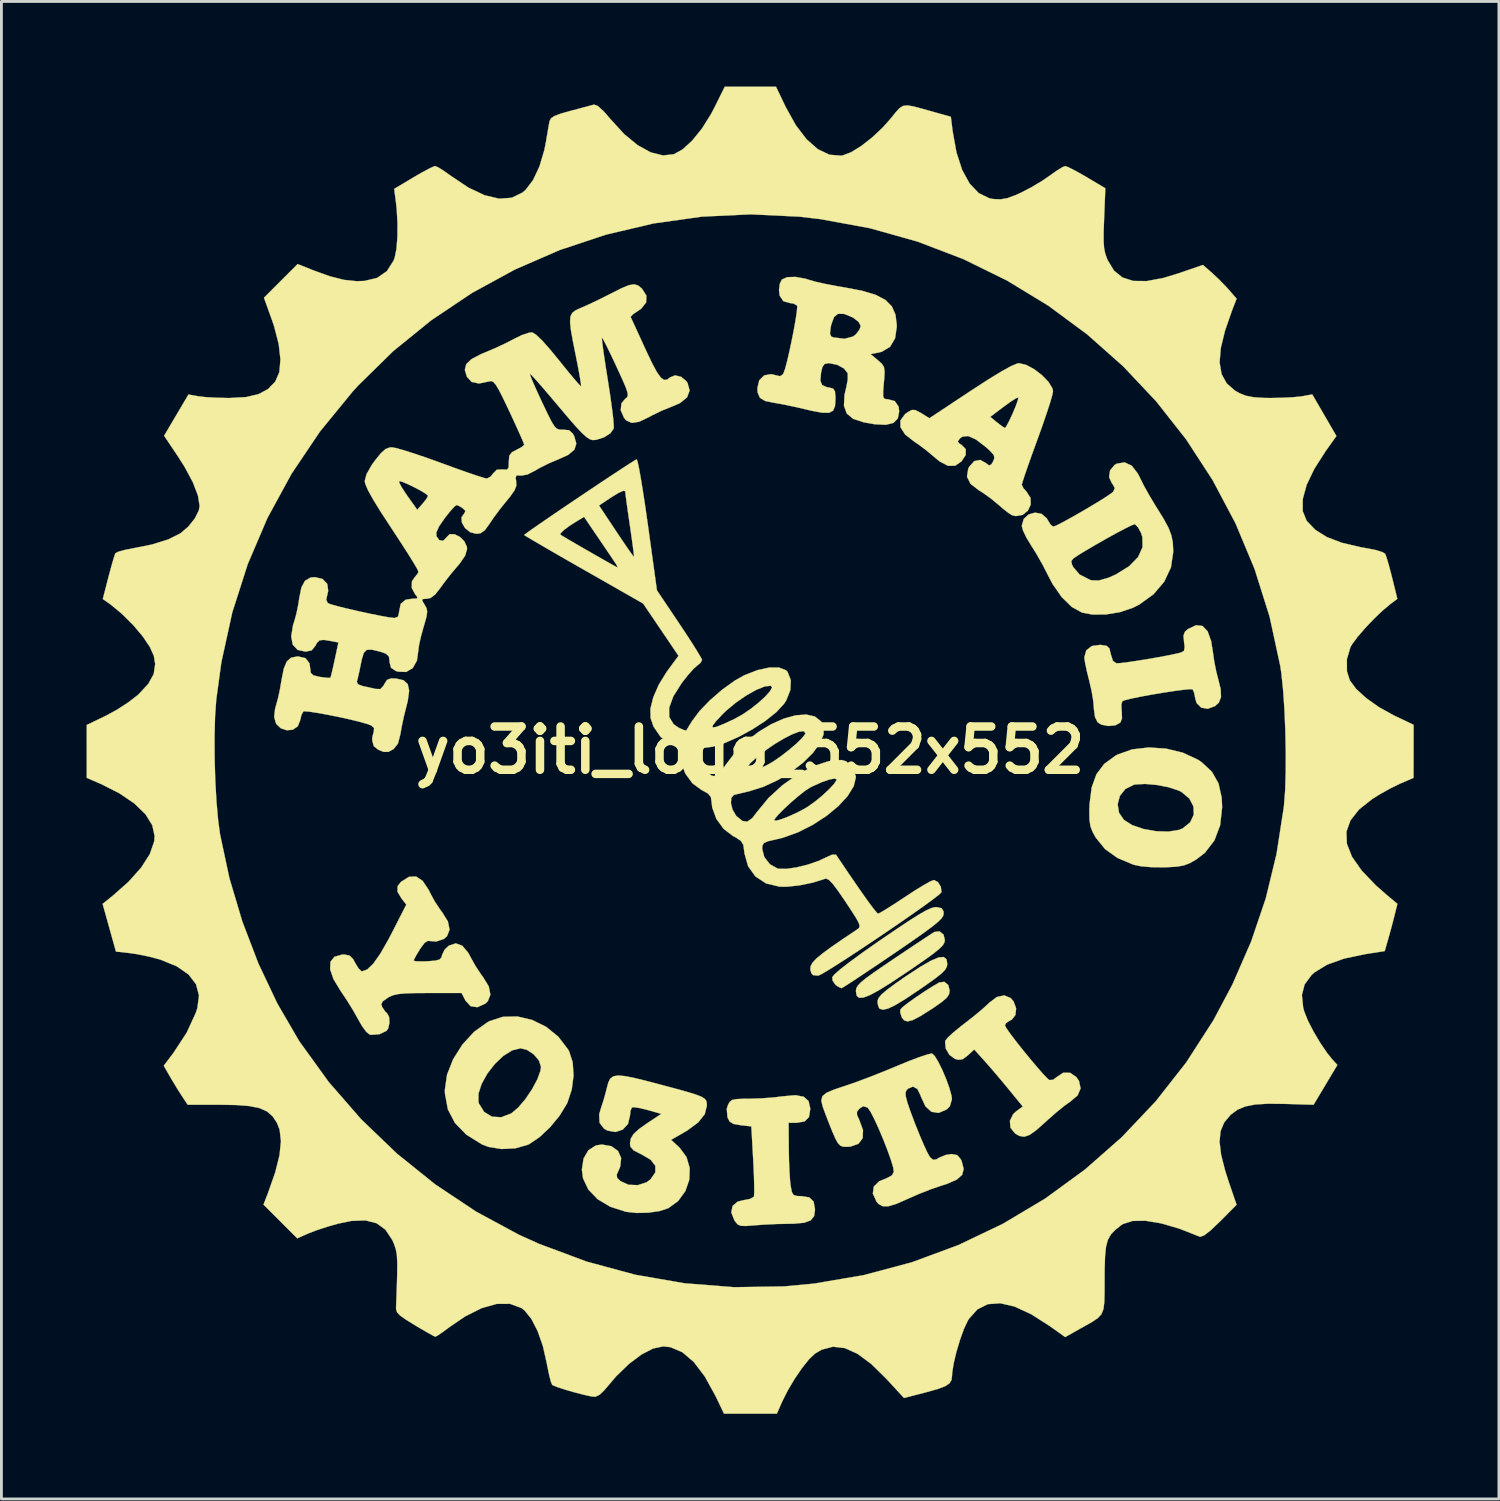
<source format=kicad_pcb>
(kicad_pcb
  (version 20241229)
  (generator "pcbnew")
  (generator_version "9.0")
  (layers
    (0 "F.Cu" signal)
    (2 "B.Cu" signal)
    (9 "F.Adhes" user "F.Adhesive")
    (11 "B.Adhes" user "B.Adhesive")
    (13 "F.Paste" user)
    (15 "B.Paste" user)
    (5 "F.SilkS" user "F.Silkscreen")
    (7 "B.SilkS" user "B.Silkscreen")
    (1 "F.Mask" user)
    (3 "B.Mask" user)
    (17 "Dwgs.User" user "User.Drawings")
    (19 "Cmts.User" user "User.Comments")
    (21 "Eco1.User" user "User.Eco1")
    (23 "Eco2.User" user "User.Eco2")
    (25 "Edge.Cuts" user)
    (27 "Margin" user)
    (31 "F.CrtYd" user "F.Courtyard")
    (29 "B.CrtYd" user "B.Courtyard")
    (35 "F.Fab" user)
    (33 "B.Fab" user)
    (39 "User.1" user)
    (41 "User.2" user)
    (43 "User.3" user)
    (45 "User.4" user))
  (footprint "yo3iti_logo_552x552"
    (layer "F.Cu")
    (at 23.371 23.373)
    (property "Reference" "yo3iti_logo_552x552" (at 0 0 0) (layer "F.SilkS") (effects (font (size 1.524 1.524) (thickness 0.3))))
    (attr through_hole)
    (fp_poly (pts (xy 6.977 8.27) (xy 7.027 8.465) (xy 7.007 8.591) (xy 6.929 8.713) (xy 6.766 8.857) (xy 6.492 9.05) (xy 6.366 9.133) (xy 5.992 9.369) (xy 5.727 9.506) (xy 5.545 9.552) (xy 5.422 9.514) (xy 5.337 9.404) (xy 5.285 9.224) (xy 5.294 9.129) (xy 5.378 9.043) (xy 5.568 8.895) (xy 5.83 8.708) (xy 6.125 8.509) (xy 6.416 8.323) (xy 6.66 8.181) (xy 6.84 8.158) (xy 6.977 8.27)) (stroke (width 0.01) (type solid)) (fill yes) (layer "F.SilkS"))
    (fp_poly (pts (xy 6.915 7.362) (xy 6.943 7.52) (xy 6.928 7.625) (xy 6.869 7.732) (xy 6.746 7.859) (xy 6.537 8.026) (xy 6.221 8.252) (xy 5.933 8.452) (xy 5.47 8.761) (xy 5.12 8.974) (xy 4.866 9.097) (xy 4.689 9.14) (xy 4.572 9.11) (xy 4.544 9.088) (xy 4.499 8.966) (xy 4.487 8.838) (xy 4.518 8.737) (xy 4.621 8.61) (xy 4.816 8.442) (xy 5.121 8.216) (xy 5.482 7.965) (xy 5.979 7.638) (xy 6.36 7.418) (xy 6.635 7.3) (xy 6.816 7.283) (xy 6.915 7.362)) (stroke (width 0.01) (type solid)) (fill yes) (layer "F.SilkS"))
    (fp_poly (pts (xy 6.81 6.494) (xy 6.858 6.681) (xy 6.843 6.771) (xy 6.787 6.869) (xy 6.67 6.989) (xy 6.476 7.148) (xy 6.185 7.36) (xy 5.78 7.641) (xy 5.524 7.815) (xy 4.97 8.184) (xy 4.536 8.454) (xy 4.21 8.63) (xy 3.979 8.716) (xy 3.83 8.718) (xy 3.75 8.64) (xy 3.725 8.487) (xy 3.725 8.483) (xy 3.738 8.391) (xy 3.789 8.296) (xy 3.895 8.182) (xy 4.077 8.032) (xy 4.351 7.833) (xy 4.738 7.567) (xy 5.059 7.35) (xy 5.482 7.066) (xy 5.861 6.813) (xy 6.171 6.608) (xy 6.388 6.466) (xy 6.49 6.402) (xy 6.491 6.401) (xy 6.672 6.381) (xy 6.81 6.494)) (stroke (width 0.01) (type solid)) (fill yes) (layer "F.SilkS"))
    (fp_poly (pts (xy 6.745 5.566) (xy 6.811 5.677) (xy 6.816 5.757) (xy 6.798 5.835) (xy 6.736 5.929) (xy 6.614 6.05) (xy 6.416 6.211) (xy 6.127 6.425) (xy 5.732 6.703) (xy 5.215 7.059) (xy 5.043 7.176) (xy 4.559 7.504) (xy 4.121 7.798) (xy 3.748 8.046) (xy 3.46 8.234) (xy 3.277 8.35) (xy 3.218 8.382) (xy 3.115 8.337) (xy 3.013 8.271) (xy 2.903 8.115) (xy 2.892 7.995) (xy 2.973 7.893) (xy 3.186 7.708) (xy 3.519 7.449) (xy 3.963 7.125) (xy 4.506 6.744) (xy 4.615 6.669) (xy 5.174 6.289) (xy 5.613 5.997) (xy 5.948 5.786) (xy 6.198 5.644) (xy 6.38 5.561) (xy 6.509 5.527) (xy 6.562 5.526) (xy 6.745 5.566)) (stroke (width 0.01) (type solid)) (fill yes) (layer "F.SilkS"))
    (fp_poly (pts (xy -7.678 9.5) (xy -7.188 9.741) (xy -6.757 10.09) (xy -6.416 10.536) (xy -6.375 10.608) (xy -6.25 10.993) (xy -6.22 11.459) (xy -6.283 11.951) (xy -6.435 12.412) (xy -6.455 12.452) (xy -6.711 12.872) (xy -7.047 13.28) (xy -7.419 13.629) (xy -7.781 13.873) (xy -7.832 13.897) (xy -8.269 14.022) (xy -8.757 14.047) (xy -9.222 13.971) (xy -9.44 13.887) (xy -9.996 13.542) (xy -10.397 13.13) (xy -10.647 12.649) (xy -10.748 12.1) (xy -9.57 12.1) (xy -9.568 12.399) (xy -9.554 12.443) (xy -9.367 12.742) (xy -9.096 12.907) (xy -8.77 12.928) (xy -8.42 12.796) (xy -8.412 12.791) (xy -8.172 12.59) (xy -7.919 12.293) (xy -7.684 11.945) (xy -7.495 11.594) (xy -7.384 11.287) (xy -7.366 11.154) (xy -7.439 10.929) (xy -7.623 10.712) (xy -7.865 10.553) (xy -8.085 10.499) (xy -8.382 10.572) (xy -8.694 10.768) (xy -8.994 11.053) (xy -9.258 11.393) (xy -9.458 11.753) (xy -9.57 12.1) (xy -10.748 12.1) (xy -10.75 12.091) (xy -10.753 11.967) (xy -10.676 11.43) (xy -10.461 10.884) (xy -10.135 10.367) (xy -9.721 9.918) (xy -9.245 9.577) (xy -9.186 9.545) (xy -8.709 9.39) (xy -8.195 9.379) (xy -7.678 9.5)) (stroke (width 0.01) (type solid)) (fill yes) (layer "F.SilkS"))
    (fp_poly (pts (xy 14.648 -0.056) (xy 15.241 0.088) (xy 15.767 0.332) (xy 15.901 0.421) (xy 16.265 0.761) (xy 16.497 1.17) (xy 16.609 1.674) (xy 16.624 2.01) (xy 16.554 2.645) (xy 16.351 3.181) (xy 16.018 3.613) (xy 15.711 3.85) (xy 15.482 3.98) (xy 15.272 4.059) (xy 15.025 4.102) (xy 14.681 4.122) (xy 14.57 4.126) (xy 14.141 4.121) (xy 13.762 4.088) (xy 13.504 4.034) (xy 12.935 3.794) (xy 12.5 3.482) (xy 12.171 3.076) (xy 12.065 2.885) (xy 11.987 2.684) (xy 11.95 2.439) (xy 11.946 2.102) (xy 11.955 1.903) (xy 12.944 1.903) (xy 12.992 2.203) (xy 13.163 2.453) (xy 13.454 2.638) (xy 13.85 2.774) (xy 14.295 2.853) (xy 14.732 2.867) (xy 15.104 2.807) (xy 15.232 2.756) (xy 15.498 2.542) (xy 15.624 2.273) (xy 15.614 1.983) (xy 15.472 1.706) (xy 15.201 1.477) (xy 15.086 1.419) (xy 14.737 1.304) (xy 14.322 1.224) (xy 13.91 1.188) (xy 13.571 1.206) (xy 13.51 1.219) (xy 13.215 1.367) (xy 13.022 1.609) (xy 12.944 1.903) (xy 11.955 1.903) (xy 11.955 1.895) (xy 12.03 1.308) (xy 12.197 0.846) (xy 12.47 0.484) (xy 12.863 0.196) (xy 12.944 0.152) (xy 13.453 -0.028) (xy 14.037 -0.096) (xy 14.648 -0.056)) (stroke (width 0.01) (type solid)) (fill yes) (layer "F.SilkS"))
    (fp_poly (pts (xy 1.888 12.206) (xy 2.057 12.357) (xy 2.116 12.612) (xy 2.117 12.643) (xy 2.071 12.922) (xy 1.919 13.075) (xy 1.642 13.123) (xy 1.634 13.123) (xy 1.355 13.123) (xy 1.361 14.034) (xy 1.369 14.456) (xy 1.386 14.859) (xy 1.408 15.185) (xy 1.424 15.325) (xy 1.467 15.558) (xy 1.532 15.669) (xy 1.665 15.703) (xy 1.802 15.706) (xy 2.082 15.75) (xy 2.235 15.898) (xy 2.285 16.172) (xy 2.285 16.186) (xy 2.252 16.41) (xy 2.134 16.558) (xy 1.906 16.643) (xy 1.546 16.677) (xy 1.37 16.68) (xy 0.949 16.688) (xy 0.499 16.709) (xy 0.158 16.734) (xy -0.145 16.758) (xy -0.328 16.752) (xy -0.438 16.704) (xy -0.526 16.601) (xy -0.555 16.557) (xy -0.664 16.282) (xy -0.62 16.053) (xy -0.437 15.898) (xy -0.227 15.848) (xy -0.009 15.806) (xy 0.123 15.736) (xy 0.134 15.719) (xy 0.144 15.6) (xy 0.143 15.347) (xy 0.134 14.992) (xy 0.115 14.57) (xy 0.108 14.433) (xy 0.042 13.25) (xy -0.337 13.208) (xy -0.586 13.164) (xy -0.722 13.08) (xy -0.797 12.936) (xy -0.824 12.632) (xy -0.779 12.492) (xy -0.718 12.383) (xy -0.632 12.319) (xy -0.48 12.288) (xy -0.221 12.277) (xy -0.023 12.276) (xy 0.393 12.263) (xy 0.832 12.23) (xy 1.174 12.188) (xy 1.598 12.151) (xy 1.888 12.206)) (stroke (width 0.01) (type solid)) (fill yes) (layer "F.SilkS"))
    (fp_poly (pts (xy 9.178 8.731) (xy 9.278 8.847) (xy 9.369 9.092) (xy 9.343 9.326) (xy 9.213 9.493) (xy 9.144 9.525) (xy 9.007 9.616) (xy 8.975 9.692) (xy 9.026 9.793) (xy 9.165 9.991) (xy 9.367 10.257) (xy 9.609 10.562) (xy 9.865 10.875) (xy 10.112 11.168) (xy 10.325 11.41) (xy 10.482 11.571) (xy 10.539 11.618) (xy 10.672 11.609) (xy 10.797 11.513) (xy 11.027 11.36) (xy 11.27 11.362) (xy 11.489 11.512) (xy 11.582 11.649) (xy 11.64 11.913) (xy 11.532 12.161) (xy 11.272 12.379) (xy 11.068 12.525) (xy 10.792 12.749) (xy 10.494 13.01) (xy 10.396 13.1) (xy 10.078 13.383) (xy 9.84 13.551) (xy 9.652 13.615) (xy 9.483 13.586) (xy 9.332 13.5) (xy 9.171 13.299) (xy 9.149 13.056) (xy 9.263 12.819) (xy 9.373 12.717) (xy 9.602 12.55) (xy 9.098 11.933) (xy 8.824 11.603) (xy 8.541 11.269) (xy 8.298 10.991) (xy 8.242 10.928) (xy 7.891 10.541) (xy 7.669 10.747) (xy 7.491 10.883) (xy 7.332 10.904) (xy 7.218 10.873) (xy 7.017 10.73) (xy 6.888 10.505) (xy 6.867 10.269) (xy 6.881 10.222) (xy 6.967 10.116) (xy 7.157 9.942) (xy 7.417 9.729) (xy 7.55 9.626) (xy 7.862 9.383) (xy 8.152 9.142) (xy 8.37 8.946) (xy 8.419 8.897) (xy 8.689 8.692) (xy 8.95 8.636) (xy 9.178 8.731)) (stroke (width 0.01) (type solid)) (fill yes) (layer "F.SilkS"))
    (fp_poly (pts (xy 15.934 -4.375) (xy 16.112 -4.189) (xy 16.237 -3.844) (xy 16.293 -3.492) (xy 16.346 -3.125) (xy 16.42 -2.755) (xy 16.471 -2.56) (xy 16.571 -2.159) (xy 16.585 -1.874) (xy 16.509 -1.676) (xy 16.376 -1.554) (xy 16.116 -1.458) (xy 15.885 -1.5) (xy 15.724 -1.663) (xy 15.678 -1.822) (xy 15.638 -2.025) (xy 15.585 -2.142) (xy 15.487 -2.149) (xy 15.259 -2.127) (xy 14.938 -2.085) (xy 14.561 -2.028) (xy 14.164 -1.961) (xy 13.784 -1.892) (xy 13.457 -1.825) (xy 13.22 -1.768) (xy 13.115 -1.731) (xy 13.075 -1.622) (xy 13.082 -1.422) (xy 13.088 -1.389) (xy 13.097 -1.117) (xy 13.038 -0.973) (xy 12.864 -0.876) (xy 12.616 -0.852) (xy 12.371 -0.9) (xy 12.24 -0.98) (xy 12.147 -1.165) (xy 12.108 -1.446) (xy 12.107 -1.472) (xy 12.085 -1.737) (xy 12.026 -2.088) (xy 11.942 -2.452) (xy 11.94 -2.461) (xy 11.858 -2.79) (xy 11.798 -3.076) (xy 11.771 -3.262) (xy 11.771 -3.275) (xy 11.84 -3.519) (xy 12.036 -3.67) (xy 12.334 -3.71) (xy 12.351 -3.709) (xy 12.559 -3.674) (xy 12.656 -3.582) (xy 12.7 -3.388) (xy 12.777 -3.148) (xy 12.898 -3.062) (xy 13.029 -3.067) (xy 13.286 -3.098) (xy 13.629 -3.149) (xy 14.018 -3.212) (xy 14.413 -3.281) (xy 14.774 -3.349) (xy 15.06 -3.411) (xy 15.183 -3.442) (xy 15.281 -3.501) (xy 15.305 -3.633) (xy 15.283 -3.809) (xy 15.262 -4.037) (xy 15.316 -4.176) (xy 15.422 -4.267) (xy 15.704 -4.401) (xy 15.934 -4.375)) (stroke (width 0.01) (type solid)) (fill yes) (layer "F.SilkS"))
    (fp_poly (pts (xy -4.392 11.481) (xy -4.031 11.555) (xy -3.542 11.677) (xy -3.205 11.766) (xy -2.641 11.917) (xy -2.22 12.034) (xy -1.92 12.126) (xy -1.722 12.203) (xy -1.604 12.273) (xy -1.546 12.347) (xy -1.526 12.434) (xy -1.524 12.517) (xy -1.598 12.817) (xy -1.825 13.105) (xy -2.211 13.393) (xy -2.326 13.46) (xy -2.784 13.723) (xy -2.49 13.995) (xy -2.241 14.329) (xy -2.128 14.72) (xy -2.144 15.132) (xy -2.282 15.53) (xy -2.536 15.878) (xy -2.881 16.13) (xy -3.185 16.231) (xy -3.584 16.289) (xy -4.008 16.299) (xy -4.375 16.257) (xy -4.925 16.081) (xy -5.372 15.815) (xy -5.698 15.476) (xy -5.886 15.079) (xy -5.927 14.773) (xy -5.867 14.38) (xy -5.697 14.09) (xy -5.434 13.922) (xy -5.223 13.888) (xy -4.886 13.948) (xy -4.653 14.116) (xy -4.543 14.365) (xy -4.576 14.666) (xy -4.617 14.763) (xy -4.698 14.948) (xy -4.687 15.059) (xy -4.577 15.168) (xy -4.567 15.177) (xy -4.286 15.306) (xy -3.956 15.319) (xy -3.646 15.219) (xy -3.51 15.117) (xy -3.34 14.87) (xy -3.339 14.639) (xy -3.504 14.425) (xy -3.835 14.231) (xy -3.858 14.221) (xy -4.1 14.097) (xy -4.212 13.973) (xy -4.233 13.862) (xy -4.206 13.684) (xy -4.107 13.519) (xy -3.91 13.339) (xy -3.59 13.113) (xy -3.575 13.104) (xy -3.129 12.809) (xy -3.609 12.673) (xy -3.879 12.606) (xy -4.082 12.575) (xy -4.161 12.581) (xy -4.213 12.689) (xy -4.233 12.874) (xy -4.303 13.164) (xy -4.486 13.362) (xy -4.739 13.447) (xy -5.021 13.4) (xy -5.146 13.33) (xy -5.303 13.125) (xy -5.318 12.829) (xy -5.239 12.557) (xy -5.163 12.33) (xy -5.08 12.03) (xy -5.047 11.896) (xy -4.995 11.703) (xy -4.926 11.567) (xy -4.817 11.485) (xy -4.646 11.457) (xy -4.392 11.481)) (stroke (width 0.01) (type solid)) (fill yes) (layer "F.SilkS"))
    (fp_poly (pts (xy 13.439 -10.021) (xy 13.656 -9.743) (xy 13.733 -9.588) (xy 13.864 -9.324) (xy 14.054 -8.983) (xy 14.265 -8.63) (xy 14.315 -8.551) (xy 14.567 -8.144) (xy 14.736 -7.83) (xy 14.837 -7.567) (xy 14.887 -7.31) (xy 14.901 -7.018) (xy 14.901 -6.976) (xy 14.82 -6.436) (xy 14.584 -5.935) (xy 14.209 -5.494) (xy 13.71 -5.133) (xy 13.481 -5.016) (xy 13.031 -4.864) (xy 12.534 -4.782) (xy 12.055 -4.778) (xy 11.688 -4.847) (xy 11.327 -5.047) (xy 10.974 -5.391) (xy 10.653 -5.852) (xy 10.496 -6.151) (xy 10.303 -6.529) (xy 10.23 -6.658) (xy 11.31 -6.658) (xy 11.334 -6.542) (xy 11.379 -6.451) (xy 11.602 -6.189) (xy 11.966 -6.003) (xy 12.023 -5.984) (xy 12.279 -5.977) (xy 12.629 -6.077) (xy 12.879 -6.189) (xy 13.348 -6.479) (xy 13.663 -6.802) (xy 13.821 -7.148) (xy 13.815 -7.51) (xy 13.767 -7.655) (xy 13.662 -7.849) (xy 13.561 -7.953) (xy 13.54 -7.959) (xy 13.43 -7.918) (xy 13.206 -7.808) (xy 12.899 -7.646) (xy 12.54 -7.448) (xy 12.162 -7.232) (xy 11.794 -7.016) (xy 11.577 -6.883) (xy 11.383 -6.754) (xy 11.31 -6.658) (xy 10.23 -6.658) (xy 10.076 -6.929) (xy 9.895 -7.217) (xy 9.728 -7.492) (xy 9.61 -7.741) (xy 9.567 -7.902) (xy 9.636 -8.145) (xy 9.807 -8.303) (xy 10.033 -8.367) (xy 10.263 -8.325) (xy 10.448 -8.166) (xy 10.481 -8.107) (xy 10.584 -7.942) (xy 10.676 -7.874) (xy 10.786 -7.916) (xy 11.007 -8.027) (xy 11.304 -8.19) (xy 11.643 -8.383) (xy 11.99 -8.587) (xy 12.313 -8.782) (xy 12.576 -8.949) (xy 12.747 -9.069) (xy 12.788 -9.105) (xy 12.844 -9.228) (xy 12.774 -9.362) (xy 12.744 -9.396) (xy 12.642 -9.618) (xy 12.677 -9.855) (xy 12.837 -10.048) (xy 12.914 -10.092) (xy 13.189 -10.138) (xy 13.439 -10.021)) (stroke (width 0.01) (type solid)) (fill yes) (layer "F.SilkS"))
    (fp_poly (pts (xy -11.534 4.603) (xy -11.321 4.923) (xy -11.269 5.032) (xy -11.114 5.319) (xy -10.914 5.62) (xy -10.849 5.705) (xy -10.644 6.035) (xy -10.587 6.323) (xy -10.679 6.555) (xy -10.786 6.648) (xy -11.055 6.739) (xy -11.203 6.727) (xy -11.349 6.715) (xy -11.468 6.786) (xy -11.607 6.973) (xy -11.636 7.018) (xy -11.763 7.229) (xy -11.841 7.376) (xy -11.853 7.411) (xy -11.777 7.433) (xy -11.578 7.44) (xy -11.367 7.434) (xy -11.088 7.412) (xy -10.937 7.371) (xy -10.87 7.294) (xy -10.852 7.216) (xy -10.764 7.029) (xy -10.616 6.886) (xy -10.368 6.803) (xy -10.138 6.887) (xy -9.927 7.137) (xy -9.843 7.295) (xy -9.674 7.601) (xy -9.467 7.913) (xy -9.407 7.991) (xy -9.206 8.32) (xy -9.149 8.61) (xy -9.24 8.843) (xy -9.332 8.928) (xy -9.608 9.052) (xy -9.843 9.017) (xy -10.024 8.823) (xy -10.033 8.805) (xy -10.164 8.551) (xy -11.326 8.552) (xy -11.808 8.555) (xy -12.154 8.566) (xy -12.398 8.59) (xy -12.572 8.629) (xy -12.711 8.689) (xy -12.766 8.721) (xy -12.943 8.847) (xy -12.992 8.952) (xy -12.956 9.055) (xy -12.849 9.211) (xy -12.784 9.271) (xy -12.716 9.397) (xy -12.704 9.599) (xy -12.746 9.795) (xy -12.806 9.885) (xy -13.06 10.004) (xy -13.348 10.026) (xy -13.401 10.016) (xy -13.516 9.924) (xy -13.665 9.724) (xy -13.796 9.497) (xy -13.975 9.176) (xy -14.206 8.803) (xy -14.429 8.471) (xy -14.677 8.06) (xy -14.794 7.717) (xy -14.781 7.451) (xy -14.64 7.275) (xy -14.371 7.199) (xy -14.301 7.197) (xy -14.114 7.23) (xy -13.983 7.359) (xy -13.911 7.493) (xy -13.796 7.683) (xy -13.69 7.784) (xy -13.669 7.789) (xy -13.485 7.722) (xy -13.272 7.516) (xy -13.023 7.163) (xy -12.735 6.658) (xy -12.623 6.443) (xy -12.11 5.438) (xy -12.278 5.224) (xy -12.422 4.982) (xy -12.417 4.788) (xy -12.298 4.637) (xy -12.019 4.461) (xy -11.765 4.449) (xy -11.534 4.603)) (stroke (width 0.01) (type solid)) (fill yes) (layer "F.SilkS"))
    (fp_poly (pts (xy 6.406 10.683) (xy 6.501 10.771) (xy 6.628 10.979) (xy 6.769 11.264) (xy 6.905 11.585) (xy 7.018 11.9) (xy 7.091 12.166) (xy 7.107 12.293) (xy 7.034 12.541) (xy 6.924 12.653) (xy 6.64 12.775) (xy 6.385 12.736) (xy 6.173 12.543) (xy 6.016 12.203) (xy 6.003 12.16) (xy 5.89 11.931) (xy 5.733 11.848) (xy 5.559 11.922) (xy 5.506 11.978) (xy 5.473 12.059) (xy 5.482 12.197) (xy 5.54 12.417) (xy 5.653 12.744) (xy 5.803 13.142) (xy 5.964 13.544) (xy 6.115 13.898) (xy 6.241 14.169) (xy 6.326 14.321) (xy 6.333 14.331) (xy 6.444 14.428) (xy 6.558 14.411) (xy 6.657 14.352) (xy 6.893 14.255) (xy 7.099 14.224) (xy 7.295 14.262) (xy 7.419 14.408) (xy 7.452 14.482) (xy 7.521 14.747) (xy 7.468 14.955) (xy 7.28 15.123) (xy 6.943 15.271) (xy 6.776 15.324) (xy 6.381 15.457) (xy 5.938 15.631) (xy 5.568 15.794) (xy 5.164 15.974) (xy 4.873 16.062) (xy 4.667 16.063) (xy 4.517 15.979) (xy 4.45 15.898) (xy 4.322 15.614) (xy 4.355 15.371) (xy 4.545 15.183) (xy 4.799 15.08) (xy 4.993 14.976) (xy 5.061 14.853) (xy 5.039 14.699) (xy 4.96 14.434) (xy 4.839 14.094) (xy 4.692 13.718) (xy 4.534 13.342) (xy 4.38 13.005) (xy 4.246 12.744) (xy 4.146 12.597) (xy 4.129 12.583) (xy 3.977 12.541) (xy 3.846 12.627) (xy 3.762 12.736) (xy 3.765 12.851) (xy 3.845 13.024) (xy 3.975 13.384) (xy 3.963 13.668) (xy 3.813 13.864) (xy 3.532 13.962) (xy 3.391 13.97) (xy 3.273 13.964) (xy 3.18 13.93) (xy 3.095 13.844) (xy 3.003 13.681) (xy 2.888 13.417) (xy 2.734 13.029) (xy 2.661 12.839) (xy 2.552 12.544) (xy 2.507 12.336) (xy 2.544 12.187) (xy 2.683 12.07) (xy 2.943 11.958) (xy 3.343 11.824) (xy 3.387 11.809) (xy 3.751 11.683) (xy 4.211 11.51) (xy 4.708 11.314) (xy 5.184 11.117) (xy 5.186 11.116) (xy 5.59 10.95) (xy 5.946 10.815) (xy 6.222 10.722) (xy 6.385 10.683) (xy 6.406 10.683)) (stroke (width 0.01) (type solid)) (fill yes) (layer "F.SilkS"))
    (fp_poly (pts (xy 9.719 -13.572) (xy 10.005 -13.419) (xy 10.282 -13.206) (xy 10.511 -12.968) (xy 10.647 -12.742) (xy 10.668 -12.639) (xy 10.64 -12.499) (xy 10.561 -12.23) (xy 10.441 -11.86) (xy 10.289 -11.418) (xy 10.118 -10.942) (xy 9.945 -10.466) (xy 9.794 -10.042) (xy 9.675 -9.697) (xy 9.596 -9.457) (xy 9.567 -9.349) (xy 9.567 -9.349) (xy 9.625 -9.227) (xy 9.737 -9.102) (xy 9.876 -8.885) (xy 9.882 -8.649) (xy 9.781 -8.436) (xy 9.598 -8.288) (xy 9.358 -8.245) (xy 9.229 -8.275) (xy 9.098 -8.356) (xy 8.897 -8.513) (xy 8.754 -8.638) (xy 8.477 -8.867) (xy 8.176 -9.081) (xy 8.053 -9.156) (xy 7.762 -9.381) (xy 7.637 -9.633) (xy 7.68 -9.911) (xy 7.716 -9.984) (xy 7.894 -10.183) (xy 8.101 -10.224) (xy 8.297 -10.118) (xy 8.419 -10.028) (xy 8.497 -10.068) (xy 8.557 -10.17) (xy 8.604 -10.29) (xy 8.579 -10.397) (xy 8.461 -10.533) (xy 8.289 -10.688) (xy 7.947 -10.947) (xy 7.679 -11.065) (xy 7.473 -11.044) (xy 7.391 -10.984) (xy 7.312 -10.877) (xy 7.369 -10.799) (xy 7.441 -10.758) (xy 7.594 -10.603) (xy 7.592 -10.399) (xy 7.447 -10.176) (xy 7.221 -10.019) (xy 6.968 -10.017) (xy 6.675 -10.17) (xy 6.496 -10.317) (xy 6.217 -10.553) (xy 5.914 -10.779) (xy 5.782 -10.866) (xy 5.459 -11.12) (xy 5.296 -11.372) (xy 5.293 -11.613) (xy 5.454 -11.835) (xy 5.55 -11.906) (xy 5.696 -11.985) (xy 5.823 -11.979) (xy 6.006 -11.883) (xy 6.034 -11.866) (xy 6.314 -11.692) (xy 6.387 -11.741) (xy 8.457 -11.741) (xy 8.694 -11.546) (xy 8.862 -11.417) (xy 8.968 -11.351) (xy 8.976 -11.348) (xy 9.029 -11.418) (xy 9.127 -11.604) (xy 9.249 -11.865) (xy 9.25 -11.868) (xy 9.362 -12.136) (xy 9.432 -12.336) (xy 9.446 -12.426) (xy 9.446 -12.426) (xy 9.367 -12.397) (xy 9.191 -12.286) (xy 8.955 -12.117) (xy 8.934 -12.101) (xy 8.457 -11.741) (xy 6.387 -11.741) (xy 7.777 -12.662) (xy 8.375 -13.05) (xy 8.851 -13.341) (xy 9.2 -13.533) (xy 9.42 -13.624) (xy 9.47 -13.631) (xy 9.719 -13.572)) (stroke (width 0.01) (type solid)) (fill yes) (layer "F.SilkS"))
    (fp_poly (pts (xy 1.952 -16.605) (xy 2.095 -16.56) (xy 2.325 -16.495) (xy 2.668 -16.419) (xy 3.069 -16.343) (xy 3.312 -16.302) (xy 3.943 -16.182) (xy 4.422 -16.038) (xy 4.766 -15.858) (xy 4.993 -15.629) (xy 5.12 -15.337) (xy 5.164 -14.97) (xy 5.165 -14.917) (xy 5.104 -14.505) (xy 4.927 -14.208) (xy 4.637 -14.034) (xy 4.53 -14.007) (xy 4.241 -13.953) (xy 4.502 -13.733) (xy 4.639 -13.61) (xy 4.712 -13.496) (xy 4.736 -13.34) (xy 4.723 -13.091) (xy 4.709 -12.938) (xy 4.684 -12.634) (xy 4.685 -12.461) (xy 4.721 -12.383) (xy 4.803 -12.362) (xy 4.851 -12.361) (xy 5.095 -12.296) (xy 5.227 -12.105) (xy 5.249 -11.934) (xy 5.201 -11.684) (xy 5.048 -11.528) (xy 4.779 -11.461) (xy 4.381 -11.481) (xy 3.992 -11.55) (xy 3.63 -11.67) (xy 3.403 -11.858) (xy 3.304 -12.133) (xy 3.323 -12.511) (xy 3.392 -12.809) (xy 3.438 -13.057) (xy 3.438 -13.257) (xy 3.432 -13.283) (xy 3.304 -13.446) (xy 3.068 -13.573) (xy 2.789 -13.631) (xy 2.755 -13.631) (xy 2.621 -13.604) (xy 2.544 -13.493) (xy 2.496 -13.285) (xy 2.473 -13.014) (xy 2.534 -12.861) (xy 2.703 -12.786) (xy 2.794 -12.771) (xy 2.927 -12.734) (xy 2.988 -12.638) (xy 3.005 -12.433) (xy 3.006 -12.371) (xy 2.989 -12.118) (xy 2.921 -11.959) (xy 2.778 -11.884) (xy 2.534 -11.887) (xy 2.165 -11.956) (xy 1.974 -12.001) (xy 1.586 -12.091) (xy 1.211 -12.17) (xy 0.915 -12.224) (xy 0.851 -12.234) (xy 0.529 -12.3) (xy 0.345 -12.411) (xy 0.265 -12.595) (xy 0.254 -12.751) (xy 0.32 -13.027) (xy 0.493 -13.201) (xy 0.739 -13.246) (xy 0.876 -13.213) (xy 1.052 -13.172) (xy 1.152 -13.236) (xy 1.174 -13.274) (xy 1.23 -13.429) (xy 1.302 -13.699) (xy 1.383 -14.047) (xy 1.465 -14.434) (xy 1.513 -14.676) (xy 2.811 -14.676) (xy 2.853 -14.574) (xy 2.934 -14.538) (xy 3.324 -14.491) (xy 3.623 -14.57) (xy 3.725 -14.647) (xy 3.851 -14.814) (xy 3.895 -14.942) (xy 3.819 -15.089) (xy 3.625 -15.236) (xy 3.358 -15.35) (xy 3.296 -15.367) (xy 3.092 -15.371) (xy 2.952 -15.252) (xy 2.857 -14.99) (xy 2.836 -14.888) (xy 2.811 -14.676) (xy 1.513 -14.676) (xy 1.542 -14.823) (xy 1.604 -15.177) (xy 1.646 -15.459) (xy 1.659 -15.629) (xy 1.653 -15.66) (xy 1.534 -15.73) (xy 1.409 -15.748) (xy 1.171 -15.813) (xy 1.041 -16.007) (xy 1.016 -16.214) (xy 1.047 -16.433) (xy 1.118 -16.578) (xy 1.306 -16.661) (xy 1.6 -16.67) (xy 1.952 -16.605)) (stroke (width 0.01) (type solid)) (fill yes) (layer "F.SilkS"))
    (fp_poly (pts (xy -3.965 -10.164) (xy -3.916 -9.937) (xy -3.853 -9.586) (xy -3.778 -9.13) (xy -3.696 -8.593) (xy -3.61 -7.994) (xy -3.602 -7.938) (xy -3.283 -5.63) (xy -2.487 -4.445) (xy -2.224 -4.048) (xy -1.997 -3.697) (xy -1.824 -3.417) (xy -1.718 -3.233) (xy -1.693 -3.174) (xy -1.757 -3.067) (xy -1.864 -2.982) (xy -1.997 -2.863) (xy -2.187 -2.649) (xy -2.396 -2.385) (xy -2.411 -2.364) (xy -2.707 -1.895) (xy -2.853 -1.495) (xy -2.85 -1.168) (xy -2.697 -0.916) (xy -2.526 -0.797) (xy -2.35 -0.716) (xy -2.254 -0.69) (xy -2.251 -0.692) (xy -2.199 -0.775) (xy -2.146 -0.863) (xy -1.323 -0.863) (xy -1.318 -0.799) (xy -1.183 -0.823) (xy -0.913 -0.933) (xy -0.545 -1.104) (xy -0.264 -1.261) (xy 0.025 -1.458) (xy 0.298 -1.675) (xy 0.53 -1.887) (xy 0.697 -2.072) (xy 0.772 -2.207) (xy 0.733 -2.27) (xy 0.518 -2.247) (xy 0.218 -2.127) (xy -0.132 -1.931) (xy -0.496 -1.681) (xy -0.838 -1.397) (xy -0.974 -1.265) (xy -1.206 -1.017) (xy -1.323 -0.863) (xy -2.146 -0.863) (xy -2.093 -0.95) (xy -2.05 -1.02) (xy -1.784 -1.377) (xy -1.412 -1.762) (xy -0.982 -2.134) (xy -0.543 -2.45) (xy -0.201 -2.642) (xy 0.261 -2.821) (xy 0.677 -2.911) (xy 1.019 -2.911) (xy 1.26 -2.817) (xy 1.319 -2.757) (xy 1.432 -2.468) (xy 1.416 -2.121) (xy 1.275 -1.76) (xy 1.193 -1.633) (xy 0.92 -1.338) (xy 0.535 -1.031) (xy 0.079 -0.734) (xy -0.409 -0.468) (xy -0.888 -0.257) (xy -1.318 -0.123) (xy -1.609 -0.085) (xy -1.766 -0.02) (xy -1.817 0.158) (xy -1.757 0.427) (xy -1.742 0.464) (xy -1.58 0.72) (xy -1.367 0.889) (xy -1.205 0.931) (xy -1.122 0.866) (xy -1.079 0.813) (xy -0.226 0.813) (xy -0.158 0.828) (xy -0.071 0.806) (xy 0.116 0.738) (xy 0.383 0.624) (xy 0.571 0.537) (xy 0.809 0.402) (xy 1.088 0.209) (xy 1.375 -0.014) (xy 1.636 -0.237) (xy 1.835 -0.432) (xy 1.94 -0.572) (xy 1.947 -0.601) (xy 1.886 -0.672) (xy 1.72 -0.652) (xy 1.475 -0.558) (xy 1.178 -0.405) (xy 0.855 -0.211) (xy 0.533 0.01) (xy 0.238 0.241) (xy -0.003 0.466) (xy -0.163 0.668) (xy -0.178 0.694) (xy -0.226 0.813) (xy -1.079 0.813) (xy -0.984 0.696) (xy -0.857 0.511) (xy -0.524 0.075) (xy -0.133 -0.314) (xy 0.296 -0.646) (xy 0.742 -0.915) (xy 1.184 -1.112) (xy 1.602 -1.228) (xy 1.974 -1.256) (xy 2.28 -1.187) (xy 2.499 -1.013) (xy 2.583 -0.845) (xy 2.588 -0.562) (xy 2.456 -0.241) (xy 2.206 0.1) (xy 1.861 0.442) (xy 1.441 0.767) (xy 0.969 1.056) (xy 0.464 1.29) (xy -0.042 1.449) (xy -0.307 1.511) (xy -0.51 1.56) (xy -0.572 1.575) (xy -0.663 1.674) (xy -0.677 1.865) (xy -0.621 2.09) (xy -0.503 2.295) (xy -0.47 2.332) (xy -0.27 2.493) (xy -0.101 2.517) (xy -0.03 2.467) (xy 0.847 2.467) (xy 0.915 2.482) (xy 1.094 2.434) (xy 1.343 2.339) (xy 1.624 2.212) (xy 1.896 2.071) (xy 2.024 1.995) (xy 2.278 1.815) (xy 2.543 1.598) (xy 2.782 1.375) (xy 2.961 1.181) (xy 3.046 1.048) (xy 3.048 1.033) (xy 2.979 0.998) (xy 2.792 1.032) (xy 2.522 1.126) (xy 2.199 1.271) (xy 2.108 1.317) (xy 1.931 1.432) (xy 1.697 1.617) (xy 1.439 1.838) (xy 1.193 2.067) (xy 0.991 2.27) (xy 0.868 2.419) (xy 0.847 2.467) (xy -0.03 2.467) (xy 0.07 2.398) (xy 0.245 2.172) (xy 0.647 1.682) (xy 1.136 1.234) (xy 1.675 0.853) (xy 2.227 0.564) (xy 2.755 0.39) (xy 2.962 0.358) (xy 3.218 0.346) (xy 3.376 0.388) (xy 3.506 0.507) (xy 3.542 0.552) (xy 3.668 0.757) (xy 3.725 0.937) (xy 3.725 0.946) (xy 3.648 1.268) (xy 3.433 1.616) (xy 3.104 1.972) (xy 2.687 2.316) (xy 2.206 2.629) (xy 1.686 2.891) (xy 1.153 3.083) (xy 0.894 3.146) (xy 0.626 3.207) (xy 0.485 3.27) (xy 0.431 3.363) (xy 0.423 3.472) (xy 0.499 3.765) (xy 0.695 4.016) (xy 0.962 4.166) (xy 1.001 4.175) (xy 1.266 4.181) (xy 1.626 4.129) (xy 2.023 4.032) (xy 2.398 3.904) (xy 2.643 3.79) (xy 2.884 3.68) (xy 3.019 3.679) (xy 3.032 3.692) (xy 3.476 4.35) (xy 3.846 4.889) (xy 4.138 5.303) (xy 4.349 5.586) (xy 4.474 5.735) (xy 4.506 5.757) (xy 4.6 5.713) (xy 4.804 5.59) (xy 5.09 5.409) (xy 5.428 5.187) (xy 5.461 5.165) (xy 5.808 4.938) (xy 6.112 4.752) (xy 6.342 4.624) (xy 6.467 4.572) (xy 6.471 4.572) (xy 6.612 4.644) (xy 6.716 4.807) (xy 6.737 4.986) (xy 6.73 5.011) (xy 6.648 5.091) (xy 6.446 5.248) (xy 6.145 5.469) (xy 5.765 5.737) (xy 5.33 6.04) (xy 4.86 6.362) (xy 4.376 6.689) (xy 3.901 7.007) (xy 3.455 7.3) (xy 3.059 7.554) (xy 2.737 7.756) (xy 2.508 7.89) (xy 2.398 7.941) (xy 2.215 7.921) (xy 2.153 7.846) (xy 2.12 7.726) (xy 2.129 7.611) (xy 2.194 7.487) (xy 2.331 7.339) (xy 2.554 7.155) (xy 2.878 6.918) (xy 3.317 6.616) (xy 3.767 6.316) (xy 3.833 6.262) (xy 3.857 6.195) (xy 3.827 6.087) (xy 3.734 5.914) (xy 3.565 5.649) (xy 3.36 5.338) (xy 3.101 4.96) (xy 2.913 4.71) (xy 2.778 4.57) (xy 2.681 4.523) (xy 2.641 4.529) (xy 2.209 4.664) (xy 1.731 4.762) (xy 1.282 4.809) (xy 1.038 4.807) (xy 0.563 4.693) (xy 0.188 4.449) (xy -0.072 4.088) (xy -0.202 3.627) (xy -0.209 3.554) (xy -0.24 3.335) (xy -0.324 3.196) (xy -0.503 3.075) (xy -0.604 3.023) (xy -0.933 2.773) (xy -1.19 2.418) (xy -1.337 2.017) (xy -1.358 1.824) (xy -1.384 1.649) (xy -1.487 1.525) (xy -1.709 1.401) (xy -1.718 1.397) (xy -2.035 1.163) (xy -2.285 0.82) (xy -2.432 0.426) (xy -2.455 0.207) (xy -2.479 0.026) (xy -2.577 -0.096) (xy -2.794 -0.212) (xy -2.795 -0.212) (xy -3.148 -0.461) (xy -3.403 -0.832) (xy -3.506 -1.13) (xy -3.513 -1.457) (xy -3.412 -1.863) (xy -3.218 -2.308) (xy -2.944 -2.753) (xy -2.913 -2.795) (xy -2.523 -3.325) (xy -3.146 -4.245) (xy -3.768 -5.165) (xy -5.863 -6.36) (xy -6.402 -6.668) (xy -6.889 -6.948) (xy -7.306 -7.19) (xy -7.635 -7.382) (xy -7.858 -7.514) (xy -7.956 -7.576) (xy -7.959 -7.579) (xy -7.939 -7.595) (xy -6.687 -7.595) (xy -6.603 -7.541) (xy -6.406 -7.424) (xy -6.131 -7.263) (xy -5.81 -7.077) (xy -5.476 -6.886) (xy -5.162 -6.707) (xy -4.902 -6.56) (xy -4.729 -6.464) (xy -4.674 -6.437) (xy -4.687 -6.492) (xy -4.716 -6.543) (xy -4.789 -6.654) (xy -4.935 -6.872) (xy -5.132 -7.162) (xy -5.317 -7.435) (xy -5.85 -8.218) (xy -6.084 -8.079) (xy -6.358 -7.905) (xy -6.567 -7.749) (xy -6.681 -7.635) (xy -6.687 -7.595) (xy -7.939 -7.595) (xy -7.892 -7.634) (xy -7.705 -7.768) (xy -7.421 -7.966) (xy -7.061 -8.214) (xy -6.646 -8.496) (xy -6.464 -8.619) (xy -5.323 -8.619) (xy -4.715 -7.704) (xy -4.487 -7.365) (xy -4.296 -7.085) (xy -4.158 -6.89) (xy -4.092 -6.806) (xy -4.09 -6.805) (xy -4.095 -6.89) (xy -4.122 -7.11) (xy -4.166 -7.435) (xy -4.223 -7.833) (xy -4.236 -7.919) (xy -4.297 -8.338) (xy -4.348 -8.7) (xy -4.384 -8.971) (xy -4.4 -9.115) (xy -4.401 -9.124) (xy -4.465 -9.138) (xy -4.636 -9.063) (xy -4.863 -8.925) (xy -5.323 -8.619) (xy -6.464 -8.619) (xy -6.199 -8.798) (xy -5.742 -9.105) (xy -5.296 -9.404) (xy -4.882 -9.678) (xy -4.524 -9.914) (xy -4.242 -10.096) (xy -4.058 -10.211) (xy -3.995 -10.245) (xy -3.965 -10.164)) (stroke (width 0.01) (type solid)) (fill yes) (layer "F.SilkS"))
    (fp_poly (pts (xy -3.951 -16.371) (xy -3.822 -16.268) (xy -3.81 -16.256) (xy -3.654 -16.011) (xy -3.664 -15.77) (xy -3.835 -15.552) (xy -3.937 -15.483) (xy -4.116 -15.362) (xy -4.205 -15.27) (xy -4.207 -15.253) (xy -4.163 -15.16) (xy -4.063 -14.942) (xy -3.919 -14.629) (xy -3.746 -14.251) (xy -3.685 -14.118) (xy -3.463 -13.65) (xy -3.289 -13.325) (xy -3.15 -13.127) (xy -3.033 -13.041) (xy -2.923 -13.052) (xy -2.821 -13.131) (xy -2.645 -13.202) (xy -2.434 -13.152) (xy -2.248 -12.999) (xy -2.204 -12.933) (xy -2.131 -12.666) (xy -2.222 -12.428) (xy -2.473 -12.225) (xy -2.752 -12.104) (xy -3.094 -11.967) (xy -3.448 -11.797) (xy -3.556 -11.737) (xy -3.907 -11.569) (xy -4.168 -11.528) (xy -4.363 -11.614) (xy -4.44 -11.703) (xy -4.558 -11.973) (xy -4.534 -12.215) (xy -4.404 -12.372) (xy -4.339 -12.425) (xy -4.308 -12.491) (xy -4.319 -12.599) (xy -4.378 -12.773) (xy -4.493 -13.043) (xy -4.672 -13.433) (xy -4.714 -13.525) (xy -4.891 -13.902) (xy -5.043 -14.213) (xy -5.156 -14.432) (xy -5.217 -14.531) (xy -5.222 -14.533) (xy -5.219 -14.445) (xy -5.191 -14.216) (xy -5.143 -13.874) (xy -5.078 -13.446) (xy -5.007 -12.998) (xy -4.931 -12.503) (xy -4.869 -12.058) (xy -4.825 -11.694) (xy -4.804 -11.439) (xy -4.805 -11.33) (xy -4.923 -11.163) (xy -5.148 -11.019) (xy -5.418 -10.933) (xy -5.54 -10.922) (xy -5.639 -10.947) (xy -5.768 -11.031) (xy -5.941 -11.191) (xy -6.175 -11.442) (xy -6.485 -11.801) (xy -6.743 -12.108) (xy -7.059 -12.482) (xy -7.336 -12.805) (xy -7.557 -13.056) (xy -7.705 -13.216) (xy -7.761 -13.264) (xy -7.738 -13.181) (xy -7.655 -12.975) (xy -7.523 -12.676) (xy -7.356 -12.314) (xy -7.329 -12.256) (xy -7.137 -11.854) (xy -6.999 -11.581) (xy -6.896 -11.412) (xy -6.807 -11.324) (xy -6.716 -11.291) (xy -6.603 -11.289) (xy -6.591 -11.29) (xy -6.376 -11.269) (xy -6.244 -11.148) (xy -6.196 -11.061) (xy -6.123 -10.801) (xy -6.189 -10.587) (xy -6.406 -10.403) (xy -6.747 -10.248) (xy -7.08 -10.108) (xy -7.404 -9.947) (xy -7.567 -9.851) (xy -7.844 -9.71) (xy -8.071 -9.671) (xy -8.091 -9.674) (xy -8.227 -9.681) (xy -8.26 -9.599) (xy -8.241 -9.474) (xy -8.235 -9.317) (xy -8.299 -9.152) (xy -8.453 -8.933) (xy -8.572 -8.788) (xy -8.81 -8.493) (xy -9.038 -8.185) (xy -9.176 -7.98) (xy -9.341 -7.751) (xy -9.491 -7.643) (xy -9.64 -7.62) (xy -9.862 -7.678) (xy -10.041 -7.823) (xy -10.151 -8.012) (xy -10.168 -8.2) (xy -10.066 -8.345) (xy -10.063 -8.348) (xy -10.029 -8.429) (xy -10.121 -8.522) (xy -10.271 -8.613) (xy -10.343 -8.636) (xy -10.423 -8.573) (xy -10.571 -8.409) (xy -10.754 -8.178) (xy -10.757 -8.174) (xy -10.96 -7.879) (xy -11.052 -7.67) (xy -11.05 -7.539) (xy -10.947 -7.397) (xy -10.809 -7.377) (xy -10.7 -7.488) (xy -10.699 -7.493) (xy -10.587 -7.607) (xy -10.417 -7.607) (xy -10.231 -7.518) (xy -10.071 -7.364) (xy -9.978 -7.167) (xy -9.97 -7.086) (xy -10.04 -6.849) (xy -10.243 -6.556) (xy -10.298 -6.494) (xy -10.547 -6.199) (xy -10.801 -5.87) (xy -10.899 -5.732) (xy -11.095 -5.482) (xy -11.261 -5.359) (xy -11.388 -5.334) (xy -11.533 -5.324) (xy -11.55 -5.264) (xy -11.466 -5.124) (xy -11.398 -5.002) (xy -11.375 -4.879) (xy -11.399 -4.705) (xy -11.474 -4.434) (xy -11.506 -4.328) (xy -11.595 -4.005) (xy -11.659 -3.721) (xy -11.684 -3.536) (xy -11.684 -3.534) (xy -11.737 -3.154) (xy -11.886 -2.89) (xy -12.115 -2.756) (xy -12.408 -2.767) (xy -12.482 -2.792) (xy -12.648 -2.903) (xy -12.7 -3.099) (xy -12.7 -3.127) (xy -12.723 -3.3) (xy -12.823 -3.399) (xy -13.018 -3.467) (xy -13.32 -3.541) (xy -13.503 -3.536) (xy -13.609 -3.427) (xy -13.681 -3.188) (xy -13.711 -3.039) (xy -13.771 -2.749) (xy -13.824 -2.519) (xy -13.854 -2.416) (xy -13.813 -2.322) (xy -13.646 -2.259) (xy -13.385 -2.203) (xy -13.191 -2.158) (xy -13.024 -2.153) (xy -12.914 -2.269) (xy -12.885 -2.328) (xy -12.79 -2.476) (xy -12.65 -2.529) (xy -12.469 -2.524) (xy -12.209 -2.465) (xy -12.059 -2.328) (xy -12.011 -2.093) (xy -12.058 -1.741) (xy -12.109 -1.536) (xy -12.2 -1.174) (xy -12.277 -0.808) (xy -12.317 -0.573) (xy -12.403 -0.237) (xy -12.554 -0.044) (xy -12.741 0.059) (xy -12.91 0.059) (xy -13.102 -0.019) (xy -13.256 -0.142) (xy -13.311 -0.346) (xy -13.312 -0.423) (xy -13.29 -0.529) (xy -13.257 -0.649) (xy -13.246 -0.783) (xy -13.344 -0.87) (xy -13.48 -0.922) (xy -13.747 -0.998) (xy -14.093 -1.083) (xy -14.481 -1.169) (xy -14.872 -1.247) (xy -15.23 -1.312) (xy -15.517 -1.356) (xy -15.695 -1.371) (xy -15.732 -1.365) (xy -15.802 -1.25) (xy -15.846 -1.06) (xy -15.935 -0.839) (xy -16.109 -0.722) (xy -16.323 -0.702) (xy -16.533 -0.774) (xy -16.695 -0.93) (xy -16.764 -1.167) (xy -16.764 -1.182) (xy -16.733 -1.453) (xy -16.679 -1.651) (xy -16.624 -1.847) (xy -16.561 -2.146) (xy -16.503 -2.482) (xy -16.425 -2.874) (xy -16.321 -3.123) (xy -16.171 -3.257) (xy -15.956 -3.301) (xy -15.918 -3.302) (xy -15.66 -3.242) (xy -15.521 -3.061) (xy -15.494 -2.869) (xy -15.473 -2.718) (xy -15.38 -2.636) (xy -15.166 -2.584) (xy -15.15 -2.581) (xy -14.931 -2.552) (xy -14.798 -2.547) (xy -14.783 -2.553) (xy -14.755 -2.644) (xy -14.704 -2.857) (xy -14.639 -3.149) (xy -14.631 -3.188) (xy -14.502 -3.794) (xy -14.754 -3.844) (xy -15.017 -3.886) (xy -15.169 -3.868) (xy -15.263 -3.774) (xy -15.309 -3.683) (xy -15.443 -3.517) (xy -15.655 -3.471) (xy -15.94 -3.534) (xy -16.111 -3.717) (xy -16.165 -4.01) (xy -16.1 -4.404) (xy -16.056 -4.54) (xy -15.979 -4.818) (xy -15.909 -5.165) (xy -15.881 -5.355) (xy -15.805 -5.733) (xy -15.679 -5.967) (xy -15.488 -6.079) (xy -15.332 -6.096) (xy -15.061 -6.031) (xy -14.895 -5.858) (xy -14.861 -5.612) (xy -14.885 -5.512) (xy -14.931 -5.301) (xy -14.877 -5.183) (xy -14.874 -5.181) (xy -14.759 -5.135) (xy -14.516 -5.067) (xy -14.184 -4.985) (xy -13.802 -4.897) (xy -13.408 -4.811) (xy -13.042 -4.737) (xy -12.742 -4.683) (xy -12.546 -4.658) (xy -12.521 -4.657) (xy -12.4 -4.705) (xy -12.362 -4.874) (xy -12.361 -4.894) (xy -12.306 -5.157) (xy -12.134 -5.3) (xy -11.908 -5.334) (xy -11.74 -5.343) (xy -11.718 -5.39) (xy -11.798 -5.489) (xy -11.92 -5.717) (xy -11.912 -5.949) (xy -11.811 -6.096) (xy -11.704 -6.228) (xy -11.684 -6.294) (xy -11.729 -6.39) (xy -11.854 -6.604) (xy -12.046 -6.913) (xy -12.29 -7.293) (xy -12.572 -7.724) (xy -12.629 -7.811) (xy -13.002 -8.381) (xy -13.277 -8.827) (xy -13.46 -9.157) (xy -13.556 -9.382) (xy -13.575 -9.48) (xy -13.574 -9.483) (xy -12.363 -9.483) (xy -12.358 -9.42) (xy -12.271 -9.256) (xy -12.118 -9.021) (xy -12.086 -8.976) (xy -11.726 -8.469) (xy -11.536 -8.684) (xy -11.406 -8.847) (xy -11.346 -8.956) (xy -11.345 -8.962) (xy -11.415 -9.026) (xy -11.59 -9.133) (xy -11.823 -9.257) (xy -12.064 -9.374) (xy -12.263 -9.457) (xy -12.363 -9.483) (xy -13.574 -9.483) (xy -13.51 -9.726) (xy -13.323 -10.053) (xy -13.219 -10.197) (xy -13.007 -10.459) (xy -12.845 -10.605) (xy -12.695 -10.663) (xy -12.619 -10.668) (xy -12.463 -10.639) (xy -12.18 -10.559) (xy -11.798 -10.437) (xy -11.348 -10.284) (xy -10.889 -10.118) (xy -10.413 -9.944) (xy -9.986 -9.792) (xy -9.637 -9.673) (xy -9.391 -9.595) (xy -9.277 -9.567) (xy -9.142 -9.635) (xy -9.055 -9.745) (xy -8.924 -9.878) (xy -8.726 -9.889) (xy -8.571 -9.88) (xy -8.509 -9.948) (xy -8.5 -10.137) (xy -8.501 -10.155) (xy -8.484 -10.372) (xy -8.385 -10.499) (xy -8.234 -10.577) (xy -8.052 -10.674) (xy -7.961 -10.753) (xy -7.959 -10.762) (xy -7.993 -10.857) (xy -8.087 -11.076) (xy -8.229 -11.39) (xy -8.404 -11.771) (xy -8.482 -11.938) (xy -8.69 -12.374) (xy -8.843 -12.677) (xy -8.956 -12.868) (xy -9.042 -12.969) (xy -9.117 -13.002) (xy -9.181 -12.992) (xy -9.547 -12.916) (xy -9.809 -12.969) (xy -9.976 -13.153) (xy -9.976 -13.154) (xy -10.049 -13.395) (xy -10 -13.596) (xy -9.814 -13.775) (xy -9.478 -13.95) (xy -9.342 -14.007) (xy -8.968 -14.166) (xy -8.581 -14.348) (xy -8.311 -14.489) (xy -8.039 -14.621) (xy -7.8 -14.702) (xy -7.676 -14.716) (xy -7.54 -14.634) (xy -7.319 -14.423) (xy -7.026 -14.091) (xy -6.737 -13.738) (xy -6.467 -13.402) (xy -6.235 -13.122) (xy -6.062 -12.921) (xy -5.966 -12.821) (xy -5.953 -12.814) (xy -5.959 -12.903) (xy -5.994 -13.125) (xy -6.052 -13.447) (xy -6.129 -13.839) (xy -6.138 -13.883) (xy -6.245 -14.415) (xy -6.314 -14.808) (xy -6.343 -15.085) (xy -6.329 -15.274) (xy -6.268 -15.399) (xy -6.159 -15.487) (xy -5.998 -15.563) (xy -5.948 -15.584) (xy -5.676 -15.704) (xy -5.324 -15.872) (xy -4.959 -16.055) (xy -4.896 -16.087) (xy -4.527 -16.273) (xy -4.269 -16.379) (xy -4.088 -16.409) (xy -3.951 -16.371)) (stroke (width 0.01) (type solid)) (fill yes) (layer "F.SilkS"))
    (fp_poly (pts (xy 1.255 -22.649) (xy 1.608 -22.014) (xy 1.987 -21.518) (xy 2.383 -21.169) (xy 2.789 -20.974) (xy 3.195 -20.94) (xy 3.26 -20.949) (xy 3.552 -21.059) (xy 3.908 -21.278) (xy 4.291 -21.577) (xy 4.667 -21.929) (xy 4.952 -22.249) (xy 5.126 -22.467) (xy 5.259 -22.613) (xy 5.384 -22.692) (xy 5.54 -22.711) (xy 5.76 -22.674) (xy 6.08 -22.588) (xy 6.434 -22.488) (xy 7.069 -22.31) (xy 7.132 -21.802) (xy 7.267 -21.053) (xy 7.468 -20.435) (xy 7.732 -19.955) (xy 8.053 -19.62) (xy 8.428 -19.438) (xy 8.57 -19.412) (xy 8.82 -19.402) (xy 9.059 -19.443) (xy 9.349 -19.551) (xy 9.54 -19.637) (xy 9.907 -19.828) (xy 10.288 -20.055) (xy 10.557 -20.24) (xy 10.799 -20.412) (xy 10.995 -20.533) (xy 11.097 -20.574) (xy 11.21 -20.533) (xy 11.428 -20.423) (xy 11.713 -20.265) (xy 11.853 -20.183) (xy 12.51 -19.792) (xy 12.467 -18.718) (xy 12.451 -18.257) (xy 12.45 -17.925) (xy 12.467 -17.684) (xy 12.506 -17.493) (xy 12.57 -17.313) (xy 12.598 -17.249) (xy 12.818 -16.889) (xy 13.113 -16.649) (xy 13.493 -16.528) (xy 13.971 -16.523) (xy 14.556 -16.633) (xy 15.106 -16.801) (xy 15.947 -17.091) (xy 16.257 -16.822) (xy 16.514 -16.581) (xy 16.779 -16.308) (xy 16.851 -16.227) (xy 17.134 -15.902) (xy 16.98 -15.508) (xy 16.725 -14.775) (xy 16.576 -14.162) (xy 16.535 -13.657) (xy 16.604 -13.248) (xy 16.783 -12.921) (xy 17.074 -12.666) (xy 17.235 -12.574) (xy 17.463 -12.484) (xy 17.735 -12.431) (xy 18.102 -12.408) (xy 18.33 -12.405) (xy 18.723 -12.412) (xy 19.096 -12.43) (xy 19.385 -12.458) (xy 19.446 -12.467) (xy 19.799 -12.531) (xy 20.649 -11.066) (xy 20.273 -10.539) (xy 19.871 -9.911) (xy 19.6 -9.344) (xy 19.463 -8.844) (xy 19.462 -8.421) (xy 19.599 -8.084) (xy 19.608 -8.071) (xy 19.91 -7.758) (xy 20.315 -7.505) (xy 20.843 -7.305) (xy 21.512 -7.148) (xy 21.757 -7.106) (xy 22.048 -7.047) (xy 22.268 -6.978) (xy 22.366 -6.92) (xy 22.412 -6.798) (xy 22.485 -6.554) (xy 22.571 -6.233) (xy 22.611 -6.077) (xy 22.795 -5.331) (xy 22.552 -5.149) (xy 22.274 -4.916) (xy 21.964 -4.619) (xy 21.658 -4.297) (xy 21.392 -3.988) (xy 21.201 -3.73) (xy 21.143 -3.628) (xy 21.018 -3.206) (xy 21.02 -2.779) (xy 21.121 -2.461) (xy 21.344 -2.158) (xy 21.696 -1.836) (xy 22.145 -1.518) (xy 22.658 -1.233) (xy 22.695 -1.215) (xy 23.368 -0.893) (xy 23.367 0.041) (xy 23.365 0.974) (xy 22.883 1.182) (xy 22.543 1.348) (xy 22.164 1.561) (xy 21.908 1.721) (xy 21.446 2.088) (xy 21.144 2.471) (xy 21.001 2.873) (xy 21.019 3.299) (xy 21.198 3.753) (xy 21.539 4.241) (xy 22.042 4.765) (xy 22.426 5.102) (xy 22.797 5.411) (xy 22.696 5.817) (xy 22.608 6.16) (xy 22.506 6.532) (xy 22.473 6.649) (xy 22.351 7.075) (xy 21.665 7.183) (xy 20.918 7.34) (xy 20.322 7.554) (xy 19.882 7.821) (xy 19.775 7.916) (xy 19.53 8.248) (xy 19.433 8.621) (xy 19.478 9.061) (xy 19.514 9.196) (xy 19.641 9.516) (xy 19.842 9.908) (xy 20.084 10.315) (xy 20.333 10.68) (xy 20.51 10.898) (xy 20.683 11.086) (xy 20.264 11.787) (xy 19.845 12.488) (xy 18.823 12.457) (xy 18.236 12.451) (xy 17.786 12.479) (xy 17.44 12.547) (xy 17.168 12.661) (xy 16.939 12.829) (xy 16.914 12.851) (xy 16.695 13.113) (xy 16.568 13.419) (xy 16.533 13.791) (xy 16.588 14.25) (xy 16.733 14.819) (xy 16.863 15.223) (xy 17.133 16.01) (xy 16.547 16.6) (xy 16.224 16.908) (xy 15.995 17.086) (xy 15.854 17.139) (xy 15.834 17.134) (xy 15.119 16.852) (xy 14.477 16.665) (xy 13.922 16.573) (xy 13.468 16.58) (xy 13.131 16.688) (xy 13.071 16.727) (xy 12.857 16.898) (xy 12.702 17.061) (xy 12.598 17.249) (xy 12.534 17.492) (xy 12.5 17.823) (xy 12.486 18.273) (xy 12.484 18.601) (xy 12.483 19.089) (xy 12.475 19.44) (xy 12.443 19.687) (xy 12.372 19.864) (xy 12.246 20.002) (xy 12.048 20.135) (xy 11.763 20.296) (xy 11.623 20.374) (xy 11.096 20.671) (xy 10.557 20.286) (xy 9.9 19.866) (xy 9.318 19.597) (xy 8.809 19.479) (xy 8.371 19.511) (xy 8.004 19.695) (xy 7.706 20.029) (xy 7.666 20.095) (xy 7.532 20.378) (xy 7.394 20.76) (xy 7.267 21.184) (xy 7.169 21.591) (xy 7.117 21.923) (xy 7.112 22.017) (xy 7.094 22.178) (xy 7.02 22.301) (xy 6.865 22.404) (xy 6.6 22.502) (xy 6.199 22.614) (xy 6.15 22.627) (xy 5.419 22.816) (xy 4.795 22.138) (xy 4.268 21.62) (xy 3.784 21.261) (xy 3.336 21.058) (xy 2.917 21.01) (xy 2.52 21.114) (xy 2.284 21.253) (xy 2.077 21.449) (xy 1.829 21.759) (xy 1.569 22.139) (xy 1.325 22.55) (xy 1.125 22.948) (xy 1.117 22.966) (xy 0.941 23.368) (xy -0.92 23.368) (xy -1.221 22.742) (xy -1.595 22.062) (xy -1.983 21.55) (xy -2.386 21.205) (xy -2.806 21.026) (xy -3.061 20.998) (xy -3.417 21.073) (xy -3.827 21.284) (xy -4.27 21.617) (xy -4.724 22.057) (xy -5.136 22.543) (xy -5.3 22.701) (xy -5.456 22.775) (xy -5.468 22.775) (xy -5.631 22.753) (xy -5.893 22.694) (xy -6.205 22.612) (xy -6.516 22.522) (xy -6.78 22.436) (xy -6.945 22.37) (xy -6.972 22.353) (xy -7.018 22.243) (xy -7.079 22.009) (xy -7.144 21.695) (xy -7.166 21.578) (xy -7.301 20.983) (xy -7.485 20.458) (xy -7.705 20.031) (xy -7.946 19.731) (xy -8.059 19.645) (xy -8.459 19.499) (xy -8.928 19.502) (xy -9.457 19.651) (xy -10.04 19.944) (xy -10.577 20.31) (xy -10.815 20.485) (xy -10.997 20.61) (xy -11.085 20.658) (xy -11.085 20.658) (xy -11.174 20.617) (xy -11.373 20.507) (xy -11.647 20.348) (xy -11.811 20.25) (xy -12.131 20.052) (xy -12.329 19.911) (xy -12.434 19.799) (xy -12.471 19.689) (xy -12.471 19.594) (xy -12.462 19.403) (xy -12.451 19.094) (xy -12.439 18.718) (xy -12.433 18.498) (xy -12.428 18.084) (xy -12.442 17.79) (xy -12.482 17.566) (xy -12.554 17.362) (xy -12.607 17.247) (xy -12.844 16.889) (xy -13.153 16.662) (xy -13.549 16.56) (xy -14.045 16.579) (xy -14.502 16.673) (xy -14.881 16.78) (xy -15.254 16.902) (xy -15.544 17.013) (xy -15.556 17.018) (xy -15.952 17.193) (xy -16.546 16.599) (xy -17.14 16.005) (xy -16.984 15.601) (xy -16.729 14.876) (xy -16.577 14.27) (xy -16.525 13.772) (xy -16.572 13.367) (xy -16.666 13.126) (xy -16.82 12.894) (xy -17.016 12.724) (xy -17.28 12.606) (xy -17.636 12.534) (xy -18.113 12.497) (xy -18.647 12.488) (xy -19.81 12.488) (xy -20.006 12.192) (xy -20.171 11.934) (xy -20.356 11.628) (xy -20.428 11.505) (xy -20.653 11.114) (xy -20.31 10.658) (xy -19.845 9.948) (xy -19.526 9.253) (xy -19.469 9.081) (xy -19.412 8.639) (xy -19.516 8.245) (xy -19.778 7.901) (xy -20.196 7.611) (xy -20.769 7.378) (xy -20.792 7.37) (xy -21.176 7.269) (xy -21.593 7.184) (xy -21.829 7.149) (xy -22.337 7.092) (xy -22.572 6.252) (xy -22.806 5.412) (xy -22.473 5.146) (xy -21.892 4.632) (xy -21.447 4.133) (xy -21.144 3.659) (xy -20.992 3.219) (xy -20.974 3.029) (xy -21.057 2.643) (xy -21.298 2.255) (xy -21.688 1.877) (xy -22.216 1.518) (xy -22.872 1.187) (xy -22.891 1.179) (xy -23.365 0.974) (xy -23.366 -0.49) (xy -18.865 -0.49) (xy -18.862 0.276) (xy -18.839 1.057) (xy -18.797 1.807) (xy -18.737 2.477) (xy -18.671 2.962) (xy -18.344 4.496) (xy -17.889 6.025) (xy -17.32 7.514) (xy -16.652 8.924) (xy -15.898 10.22) (xy -15.854 10.287) (xy -14.839 11.692) (xy -13.695 13.005) (xy -12.438 14.211) (xy -11.084 15.299) (xy -9.647 16.255) (xy -8.142 17.067) (xy -7.437 17.386) (xy -5.761 18.011) (xy -4.048 18.475) (xy -2.311 18.776) (xy -0.561 18.914) (xy 1.19 18.886) (xy 2.244 18.788) (xy 3.996 18.49) (xy 5.696 18.036) (xy 7.334 17.43) (xy 8.901 16.681) (xy 10.388 15.794) (xy 11.787 14.775) (xy 13.087 13.632) (xy 14.282 12.371) (xy 15.36 10.997) (xy 16.314 9.517) (xy 16.985 8.255) (xy 17.646 6.74) (xy 18.161 5.221) (xy 18.54 3.657) (xy 18.796 2.009) (xy 18.802 1.949) (xy 18.843 1.426) (xy 18.863 0.782) (xy 18.865 0.06) (xy 18.85 -0.694) (xy 18.818 -1.437) (xy 18.771 -2.124) (xy 18.71 -2.71) (xy 18.673 -2.963) (xy 18.295 -4.708) (xy 17.766 -6.386) (xy 17.096 -7.989) (xy 16.29 -9.512) (xy 15.357 -10.946) (xy 14.304 -12.284) (xy 13.139 -13.52) (xy 11.87 -14.646) (xy 10.503 -15.656) (xy 9.048 -16.542) (xy 7.51 -17.297) (xy 5.898 -17.913) (xy 4.22 -18.385) (xy 2.483 -18.704) (xy 1.742 -18.791) (xy 0.022 -18.874) (xy -1.695 -18.793) (xy -3.397 -18.554) (xy -5.071 -18.16) (xy -6.704 -17.618) (xy -8.283 -16.931) (xy -9.795 -16.106) (xy -11.228 -15.146) (xy -12.569 -14.058) (xy -13.805 -12.846) (xy -13.998 -12.634) (xy -15.147 -11.23) (xy -16.148 -9.744) (xy -16.999 -8.184) (xy -17.696 -6.553) (xy -18.239 -4.856) (xy -18.624 -3.101) (xy -18.804 -1.784) (xy -18.846 -1.192) (xy -18.865 -0.49) (xy -23.366 -0.49) (xy -23.366 -0.889) (xy -22.686 -1.216) (xy -22.301 -1.426) (xy -21.908 -1.681) (xy -21.584 -1.93) (xy -21.545 -1.964) (xy -21.2 -2.334) (xy -21.007 -2.682) (xy -20.955 -3.037) (xy -21.002 -3.322) (xy -21.144 -3.639) (xy -21.397 -4.013) (xy -21.731 -4.409) (xy -22.115 -4.792) (xy -22.519 -5.127) (xy -22.597 -5.183) (xy -22.8 -5.325) (xy -22.603 -6.091) (xy -22.511 -6.434) (xy -22.43 -6.717) (xy -22.372 -6.898) (xy -22.355 -6.937) (xy -22.252 -6.991) (xy -22.029 -7.053) (xy -21.757 -7.106) (xy -21.06 -7.247) (xy -20.492 -7.425) (xy -20.074 -7.634) (xy -20.061 -7.642) (xy -19.785 -7.878) (xy -19.559 -8.163) (xy -19.418 -8.445) (xy -19.389 -8.603) (xy -19.45 -8.974) (xy -19.629 -9.439) (xy -19.917 -9.976) (xy -20.149 -10.342) (xy -20.641 -11.075) (xy -20.212 -11.802) (xy -19.783 -12.528) (xy -19.438 -12.466) (xy -19.192 -12.437) (xy -18.84 -12.416) (xy -18.448 -12.406) (xy -18.33 -12.405) (xy -17.758 -12.437) (xy -17.318 -12.539) (xy -16.982 -12.718) (xy -16.727 -12.982) (xy -16.583 -13.313) (xy -16.543 -13.761) (xy -16.605 -14.307) (xy -16.768 -14.935) (xy -16.839 -15.144) (xy -17.124 -15.937) (xy -15.938 -17.123) (xy -15.399 -16.907) (xy -14.804 -16.692) (xy -14.306 -16.566) (xy -13.864 -16.519) (xy -13.586 -16.528) (xy -13.136 -16.636) (xy -12.793 -16.874) (xy -12.559 -17.243) (xy -12.519 -17.349) (xy -12.458 -17.652) (xy -12.424 -18.07) (xy -12.421 -18.553) (xy -12.448 -19.049) (xy -12.476 -19.304) (xy -12.537 -19.77) (xy -11.864 -20.172) (xy -11.559 -20.349) (xy -11.303 -20.486) (xy -11.135 -20.564) (xy -11.095 -20.574) (xy -10.982 -20.526) (xy -10.782 -20.401) (xy -10.557 -20.24) (xy -9.926 -19.817) (xy -9.353 -19.546) (xy -8.842 -19.425) (xy -8.396 -19.457) (xy -8.017 -19.642) (xy -7.909 -19.735) (xy -7.644 -20.083) (xy -7.419 -20.565) (xy -7.247 -21.144) (xy -7.185 -21.463) (xy -7.134 -21.769) (xy -7.089 -22.029) (xy -7.066 -22.152) (xy -7.017 -22.251) (xy -6.896 -22.336) (xy -6.67 -22.421) (xy -6.33 -22.517) (xy -5.993 -22.606) (xy -5.71 -22.682) (xy -5.527 -22.731) (xy -5.498 -22.739) (xy -5.368 -22.692) (xy -5.161 -22.506) (xy -4.92 -22.228) (xy -4.439 -21.702) (xy -3.961 -21.309) (xy -3.499 -21.055) (xy -3.067 -20.948) (xy -2.686 -20.991) (xy -2.372 -21.165) (xy -2.035 -21.477) (xy -1.695 -21.899) (xy -1.377 -22.407) (xy -1.254 -22.642) (xy -0.894 -23.368) (xy 0.91 -23.368) (xy 1.255 -22.649)) (stroke (width 0.01) (type solid)) (fill yes) (layer "F.SilkS")))
  (gr_rect
    (start -3 -3)
    (end 49.744 49.746)
    (stroke (width 0.1) (type default))
    (fill no)
    (layer "Edge.Cuts")))
</source>
